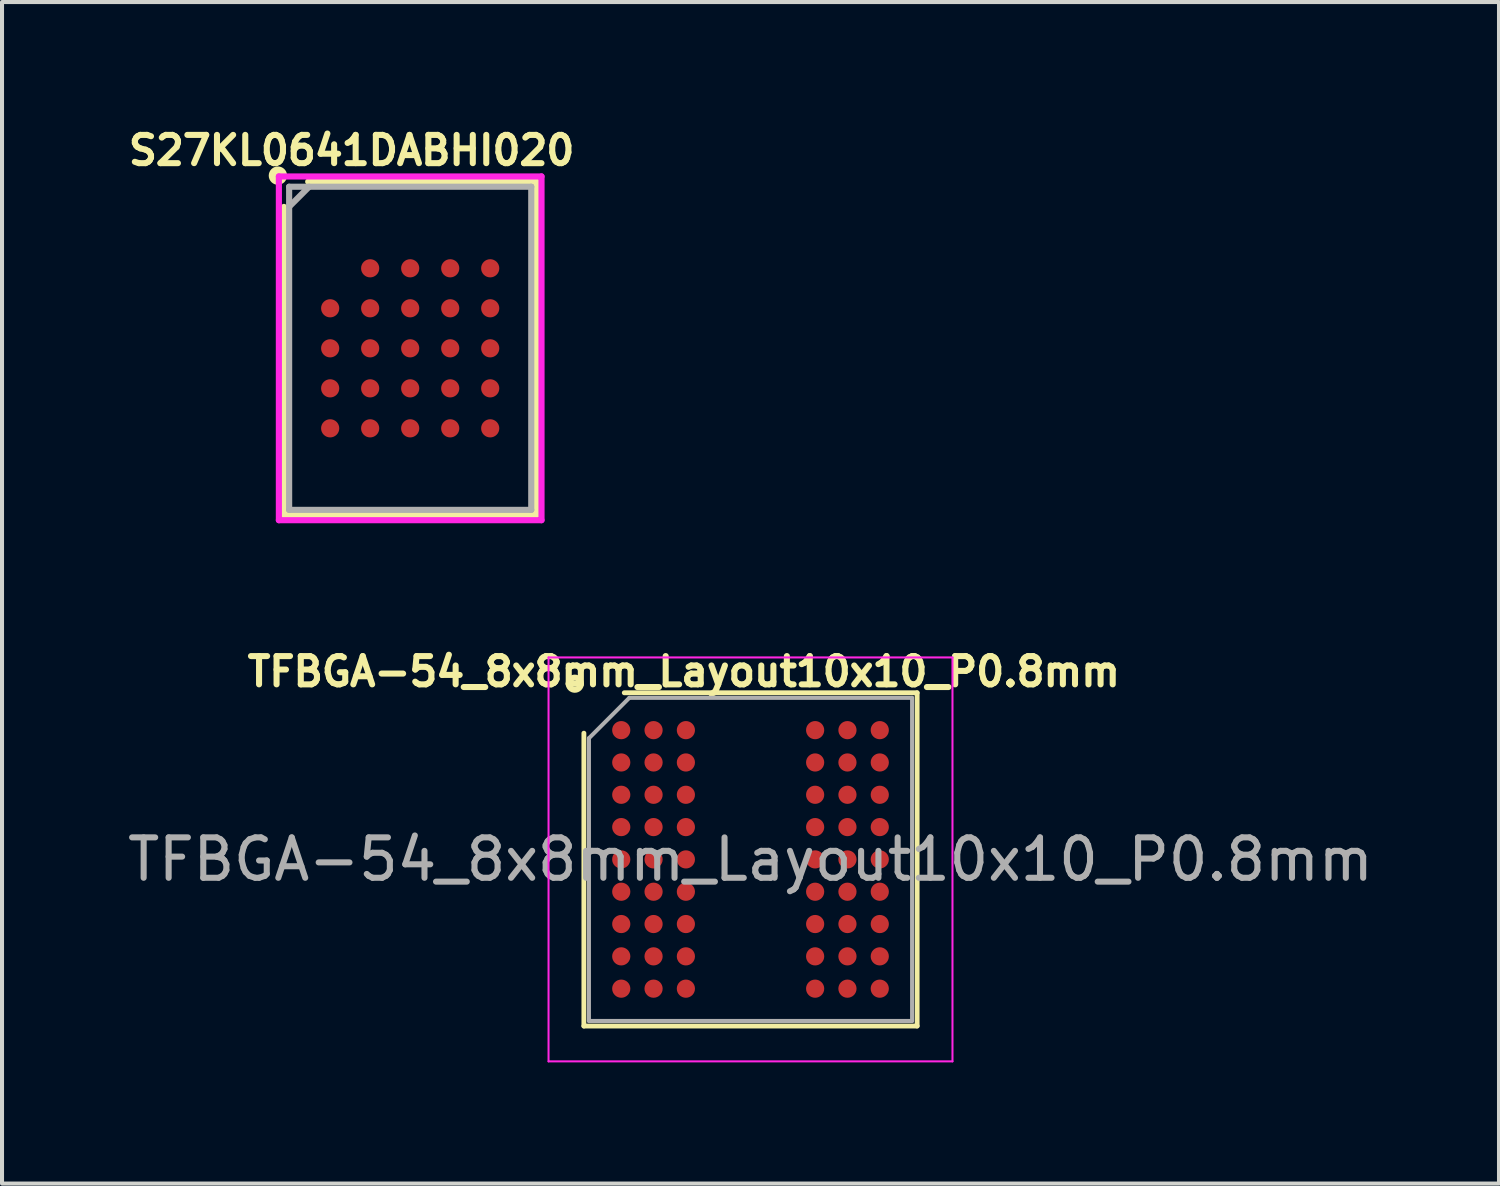
<source format=kicad_pcb>
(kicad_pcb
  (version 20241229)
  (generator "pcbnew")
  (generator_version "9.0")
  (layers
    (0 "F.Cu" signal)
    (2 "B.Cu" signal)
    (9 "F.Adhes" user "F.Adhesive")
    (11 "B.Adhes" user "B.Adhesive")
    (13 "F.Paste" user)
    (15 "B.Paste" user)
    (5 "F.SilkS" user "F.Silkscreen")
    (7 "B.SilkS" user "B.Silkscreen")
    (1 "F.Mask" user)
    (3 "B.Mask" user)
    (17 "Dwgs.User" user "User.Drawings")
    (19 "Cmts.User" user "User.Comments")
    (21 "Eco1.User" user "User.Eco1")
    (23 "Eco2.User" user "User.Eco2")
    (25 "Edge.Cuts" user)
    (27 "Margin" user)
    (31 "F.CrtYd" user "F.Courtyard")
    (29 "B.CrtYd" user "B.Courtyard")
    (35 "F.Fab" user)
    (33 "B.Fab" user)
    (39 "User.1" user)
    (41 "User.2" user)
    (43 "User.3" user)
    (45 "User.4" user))
  (footprint "TFBGA-54_8x8mm_Layout10x10_P0.8mm"
    (layer "F.Cu")
    (at 15.53 18.226)
    (property "Reference" "TFBGA-54_8x8mm_Layout10x10_P0.8mm" (at -1.65 -4.65 0) (layer "F.SilkS") (effects (font (size 0.7 0.7) (thickness 0.15))))
    (attr smd)
    (fp_line (start -4.5 -4.35) (end -4.3 -4.35) (stroke (width 0.15) (type solid)) (layer "F.SilkS"))
    (fp_line (start -4.125 4.125) (end -4.125 -3.125) (stroke (width 0.12) (type solid)) (layer "F.SilkS"))
    (fp_line (start -3.125 -4.125) (end 4.125 -4.125) (stroke (width 0.12) (type solid)) (layer "F.SilkS"))
    (fp_line (start 4.125 -4.125) (end 4.125 4.125) (stroke (width 0.12) (type solid)) (layer "F.SilkS"))
    (fp_line (start 4.125 4.125) (end -4.125 4.125) (stroke (width 0.12) (type solid)) (layer "F.SilkS"))
    (fp_circle (center -4.35 -4.35) (end -4.35 -4.5) (stroke (width 0.15) (type solid)) (fill no) (layer "F.SilkS"))
    (fp_line (start -5 -5) (end -5 5) (stroke (width 0.05) (type solid)) (layer "F.CrtYd"))
    (fp_line (start -5 5) (end 5 5) (stroke (width 0.05) (type solid)) (layer "F.CrtYd"))
    (fp_line (start 5 -5) (end -5 -5) (stroke (width 0.05) (type solid)) (layer "F.CrtYd"))
    (fp_line (start 5 5) (end 5 -5) (stroke (width 0.05) (type solid)) (layer "F.CrtYd"))
    (fp_line (start -4 -3) (end -3 -4) (stroke (width 0.1) (type solid)) (layer "F.Fab"))
    (fp_line (start -4 4) (end -4 -3) (stroke (width 0.1) (type solid)) (layer "F.Fab"))
    (fp_line (start -3 -4) (end 4 -4) (stroke (width 0.1) (type solid)) (layer "F.Fab"))
    (fp_line (start 4 -4) (end 4 4) (stroke (width 0.1) (type solid)) (layer "F.Fab"))
    (fp_line (start 4 4) (end -4 4) (stroke (width 0.1) (type solid)) (layer "F.Fab"))
    (fp_text user "${REFERENCE}" (at 0 0 0) (layer "F.Fab") (effects (font (size 1 1) (thickness 0.15))))
    (pad "A1" smd circle (at -3.2 -3.2) (size 0.45 0.45) (layers "F.Cu" "F.Mask" "F.Paste"))
    (pad "A2" smd circle (at -2.4 -3.2) (size 0.45 0.45) (layers "F.Cu" "F.Mask" "F.Paste"))
    (pad "A3" smd circle (at -1.6 -3.2) (size 0.45 0.45) (layers "F.Cu" "F.Mask" "F.Paste"))
    (pad "A7" smd circle (at 1.6 -3.2) (size 0.45 0.45) (layers "F.Cu" "F.Mask" "F.Paste"))
    (pad "A8" smd circle (at 2.4 -3.2) (size 0.45 0.45) (layers "F.Cu" "F.Mask" "F.Paste"))
    (pad "A9" smd circle (at 3.2 -3.2) (size 0.45 0.45) (layers "F.Cu" "F.Mask" "F.Paste"))
    (pad "B1" smd circle (at -3.2 -2.4) (size 0.45 0.45) (layers "F.Cu" "F.Mask" "F.Paste"))
    (pad "B2" smd circle (at -2.4 -2.4) (size 0.45 0.45) (layers "F.Cu" "F.Mask" "F.Paste"))
    (pad "B3" smd circle (at -1.6 -2.4) (size 0.45 0.45) (layers "F.Cu" "F.Mask" "F.Paste"))
    (pad "B7" smd circle (at 1.6 -2.4) (size 0.45 0.45) (layers "F.Cu" "F.Mask" "F.Paste"))
    (pad "B8" smd circle (at 2.4 -2.4) (size 0.45 0.45) (layers "F.Cu" "F.Mask" "F.Paste"))
    (pad "B9" smd circle (at 3.2 -2.4) (size 0.45 0.45) (layers "F.Cu" "F.Mask" "F.Paste"))
    (pad "C1" smd circle (at -3.2 -1.6) (size 0.45 0.45) (layers "F.Cu" "F.Mask" "F.Paste"))
    (pad "C2" smd circle (at -2.4 -1.6) (size 0.45 0.45) (layers "F.Cu" "F.Mask" "F.Paste"))
    (pad "C3" smd circle (at -1.6 -1.6) (size 0.45 0.45) (layers "F.Cu" "F.Mask" "F.Paste"))
    (pad "C7" smd circle (at 1.6 -1.6) (size 0.45 0.45) (layers "F.Cu" "F.Mask" "F.Paste"))
    (pad "C8" smd circle (at 2.4 -1.6) (size 0.45 0.45) (layers "F.Cu" "F.Mask" "F.Paste"))
    (pad "C9" smd circle (at 3.2 -1.6) (size 0.45 0.45) (layers "F.Cu" "F.Mask" "F.Paste"))
    (pad "D1" smd circle (at -3.2 -0.8) (size 0.45 0.45) (layers "F.Cu" "F.Mask" "F.Paste"))
    (pad "D2" smd circle (at -2.4 -0.8) (size 0.45 0.45) (layers "F.Cu" "F.Mask" "F.Paste"))
    (pad "D3" smd circle (at -1.6 -0.8) (size 0.45 0.45) (layers "F.Cu" "F.Mask" "F.Paste"))
    (pad "D7" smd circle (at 1.6 -0.8) (size 0.45 0.45) (layers "F.Cu" "F.Mask" "F.Paste"))
    (pad "D8" smd circle (at 2.4 -0.8) (size 0.45 0.45) (layers "F.Cu" "F.Mask" "F.Paste"))
    (pad "D9" smd circle (at 3.2 -0.8) (size 0.45 0.45) (layers "F.Cu" "F.Mask" "F.Paste"))
    (pad "E1" smd circle (at -3.2 0) (size 0.45 0.45) (layers "F.Cu" "F.Mask" "F.Paste"))
    (pad "E2" smd circle (at -2.4 0) (size 0.45 0.45) (layers "F.Cu" "F.Mask" "F.Paste"))
    (pad "E3" smd circle (at -1.6 0) (size 0.45 0.45) (layers "F.Cu" "F.Mask" "F.Paste"))
    (pad "E7" smd circle (at 1.6 0) (size 0.45 0.45) (layers "F.Cu" "F.Mask" "F.Paste"))
    (pad "E8" smd circle (at 2.4 0) (size 0.45 0.45) (layers "F.Cu" "F.Mask" "F.Paste"))
    (pad "E9" smd circle (at 3.2 0) (size 0.45 0.45) (layers "F.Cu" "F.Mask" "F.Paste"))
    (pad "F1" smd circle (at -3.2 0.8) (size 0.45 0.45) (layers "F.Cu" "F.Mask" "F.Paste"))
    (pad "F2" smd circle (at -2.4 0.8) (size 0.45 0.45) (layers "F.Cu" "F.Mask" "F.Paste"))
    (pad "F3" smd circle (at -1.6 0.8) (size 0.45 0.45) (layers "F.Cu" "F.Mask" "F.Paste"))
    (pad "F7" smd circle (at 1.6 0.8) (size 0.45 0.45) (layers "F.Cu" "F.Mask" "F.Paste"))
    (pad "F8" smd circle (at 2.4 0.8) (size 0.45 0.45) (layers "F.Cu" "F.Mask" "F.Paste"))
    (pad "F9" smd circle (at 3.2 0.8) (size 0.45 0.45) (layers "F.Cu" "F.Mask" "F.Paste"))
    (pad "G1" smd circle (at -3.2 1.6) (size 0.45 0.45) (layers "F.Cu" "F.Mask" "F.Paste"))
    (pad "G2" smd circle (at -2.4 1.6) (size 0.45 0.45) (layers "F.Cu" "F.Mask" "F.Paste"))
    (pad "G3" smd circle (at -1.6 1.6) (size 0.45 0.45) (layers "F.Cu" "F.Mask" "F.Paste"))
    (pad "G7" smd circle (at 1.6 1.6) (size 0.45 0.45) (layers "F.Cu" "F.Mask" "F.Paste"))
    (pad "G8" smd circle (at 2.4 1.6) (size 0.45 0.45) (layers "F.Cu" "F.Mask" "F.Paste"))
    (pad "G9" smd circle (at 3.2 1.6) (size 0.45 0.45) (layers "F.Cu" "F.Mask" "F.Paste"))
    (pad "H1" smd circle (at -3.2 2.4) (size 0.45 0.45) (layers "F.Cu" "F.Mask" "F.Paste"))
    (pad "H2" smd circle (at -2.4 2.4) (size 0.45 0.45) (layers "F.Cu" "F.Mask" "F.Paste"))
    (pad "H3" smd circle (at -1.6 2.4) (size 0.45 0.45) (layers "F.Cu" "F.Mask" "F.Paste"))
    (pad "H7" smd circle (at 1.6 2.4) (size 0.45 0.45) (layers "F.Cu" "F.Mask" "F.Paste"))
    (pad "H8" smd circle (at 2.4 2.4) (size 0.45 0.45) (layers "F.Cu" "F.Mask" "F.Paste"))
    (pad "H9" smd circle (at 3.2 2.4) (size 0.45 0.45) (layers "F.Cu" "F.Mask" "F.Paste"))
    (pad "J1" smd circle (at -3.2 3.2) (size 0.45 0.45) (layers "F.Cu" "F.Mask" "F.Paste"))
    (pad "J2" smd circle (at -2.4 3.2) (size 0.45 0.45) (layers "F.Cu" "F.Mask" "F.Paste"))
    (pad "J3" smd circle (at -1.6 3.2) (size 0.45 0.45) (layers "F.Cu" "F.Mask" "F.Paste"))
    (pad "J7" smd circle (at 1.6 3.2) (size 0.45 0.45) (layers "F.Cu" "F.Mask" "F.Paste"))
    (pad "J8" smd circle (at 2.4 3.2) (size 0.45 0.45) (layers "F.Cu" "F.Mask" "F.Paste"))
    (pad "J9" smd circle (at 3.2 3.2) (size 0.45 0.45) (layers "F.Cu" "F.Mask" "F.Paste")))
  (footprint "S27KL0641DABHI020"
    (layer "F.Cu")
    (at 7.105 5.573)
    (property "Reference" "S27KL0641DABHI020" (at -1.45 -4.9 0) (layer "F.SilkS") (effects (font (size 0.7 0.7) (thickness 0.15))))
    (attr through_hole)
    (fp_line (start -3.125 -3.5) (end -3.124 4.128) (stroke (width 0.152) (type solid)) (layer "F.SilkS"))
    (fp_line (start -3.124 4.128) (end 3.124 4.128) (stroke (width 0.152) (type solid)) (layer "F.SilkS"))
    (fp_line (start 3.124 -4.128) (end -2.525 -4.125) (stroke (width 0.152) (type solid)) (layer "F.SilkS"))
    (fp_line (start 3.124 4.128) (end 3.124 -4.128) (stroke (width 0.152) (type solid)) (layer "F.SilkS"))
    (fp_circle (center -3.275 -4.275) (end -3.25 -4.425) (stroke (width 0.15) (type solid)) (fill no) (layer "F.SilkS"))
    (fp_poly (pts (xy -3.35 -4.35) (xy -3.175 -4.35) (xy -3.175 -4.2) (xy -3.35 -4.2)) (stroke (width 0.15) (type solid)) (fill yes) (layer "F.SilkS"))
    (fp_line (start -3.251 -4.255) (end 3.251 -4.255) (stroke (width 0.152) (type solid)) (layer "F.CrtYd"))
    (fp_line (start -3.251 4.255) (end -3.251 -4.255) (stroke (width 0.152) (type solid)) (layer "F.CrtYd"))
    (fp_line (start 3.251 -4.255) (end 3.251 4.255) (stroke (width 0.152) (type solid)) (layer "F.CrtYd"))
    (fp_line (start 3.251 4.255) (end -3.251 4.255) (stroke (width 0.152) (type solid)) (layer "F.CrtYd"))
    (fp_line (start -2.997 -4) (end -2.997 4) (stroke (width 0.152) (type solid)) (layer "F.Fab"))
    (fp_line (start -2.997 4) (end 2.997 4) (stroke (width 0.152) (type solid)) (layer "F.Fab"))
    (fp_line (start -2.502 -4) (end -2.997 -3.505) (stroke (width 0.152) (type solid)) (layer "F.Fab"))
    (fp_line (start 2.997 -4) (end -2.997 -4) (stroke (width 0.152) (type solid)) (layer "F.Fab"))
    (fp_line (start 2.997 4) (end 2.997 -4) (stroke (width 0.152) (type solid)) (layer "F.Fab"))
    (pad "A2" smd circle (at -0.991 -1.981) (size 0.45 0.45) (layers "F.Cu" "F.Mask" "F.Paste"))
    (pad "A3" smd circle (at 0 -1.981) (size 0.45 0.45) (layers "F.Cu" "F.Mask" "F.Paste"))
    (pad "A4" smd circle (at 0.991 -1.981) (size 0.45 0.45) (layers "F.Cu" "F.Mask" "F.Paste"))
    (pad "A5" smd circle (at 1.981 -1.981) (size 0.45 0.45) (layers "F.Cu" "F.Mask" "F.Paste"))
    (pad "B1" smd circle (at -1.981 -0.991) (size 0.45 0.45) (layers "F.Cu" "F.Mask" "F.Paste"))
    (pad "B2" smd circle (at -0.991 -0.991) (size 0.45 0.45) (layers "F.Cu" "F.Mask" "F.Paste"))
    (pad "B3" smd circle (at 0 -0.991) (size 0.45 0.45) (layers "F.Cu" "F.Mask" "F.Paste"))
    (pad "B4" smd circle (at 0.991 -0.991) (size 0.45 0.45) (layers "F.Cu" "F.Mask" "F.Paste"))
    (pad "B5" smd circle (at 1.981 -0.991) (size 0.45 0.45) (layers "F.Cu" "F.Mask" "F.Paste"))
    (pad "C1" smd circle (at -1.981 0) (size 0.45 0.45) (layers "F.Cu" "F.Mask" "F.Paste"))
    (pad "C2" smd circle (at -0.991 0) (size 0.45 0.45) (layers "F.Cu" "F.Mask" "F.Paste"))
    (pad "C3" smd circle (at 0 0) (size 0.45 0.45) (layers "F.Cu" "F.Mask" "F.Paste"))
    (pad "C4" smd circle (at 0.991 0) (size 0.45 0.45) (layers "F.Cu" "F.Mask" "F.Paste"))
    (pad "C5" smd circle (at 1.981 0) (size 0.45 0.45) (layers "F.Cu" "F.Mask" "F.Paste"))
    (pad "D1" smd circle (at -1.981 0.991) (size 0.45 0.45) (layers "F.Cu" "F.Mask" "F.Paste"))
    (pad "D2" smd circle (at -0.991 0.991) (size 0.45 0.45) (layers "F.Cu" "F.Mask" "F.Paste"))
    (pad "D3" smd circle (at 0 0.991) (size 0.45 0.45) (layers "F.Cu" "F.Mask" "F.Paste"))
    (pad "D4" smd circle (at 0.991 0.991) (size 0.45 0.45) (layers "F.Cu" "F.Mask" "F.Paste"))
    (pad "D5" smd circle (at 1.981 0.991) (size 0.45 0.45) (layers "F.Cu" "F.Mask" "F.Paste"))
    (pad "E1" smd circle (at -1.981 1.981) (size 0.45 0.45) (layers "F.Cu" "F.Mask" "F.Paste"))
    (pad "E2" smd circle (at -0.991 1.981) (size 0.45 0.45) (layers "F.Cu" "F.Mask" "F.Paste"))
    (pad "E3" smd circle (at 0 1.981) (size 0.45 0.45) (layers "F.Cu" "F.Mask" "F.Paste"))
    (pad "E4" smd circle (at 0.991 1.981) (size 0.45 0.45) (layers "F.Cu" "F.Mask" "F.Paste"))
    (pad "E5" smd circle (at 1.981 1.981) (size 0.45 0.45) (layers "F.Cu" "F.Mask" "F.Paste")))
  (gr_rect
    (start -3 -3)
    (end 34.06 26.251)
    (stroke (width 0.1) (type default))
    (fill no)
    (layer "Edge.Cuts")))
</source>
